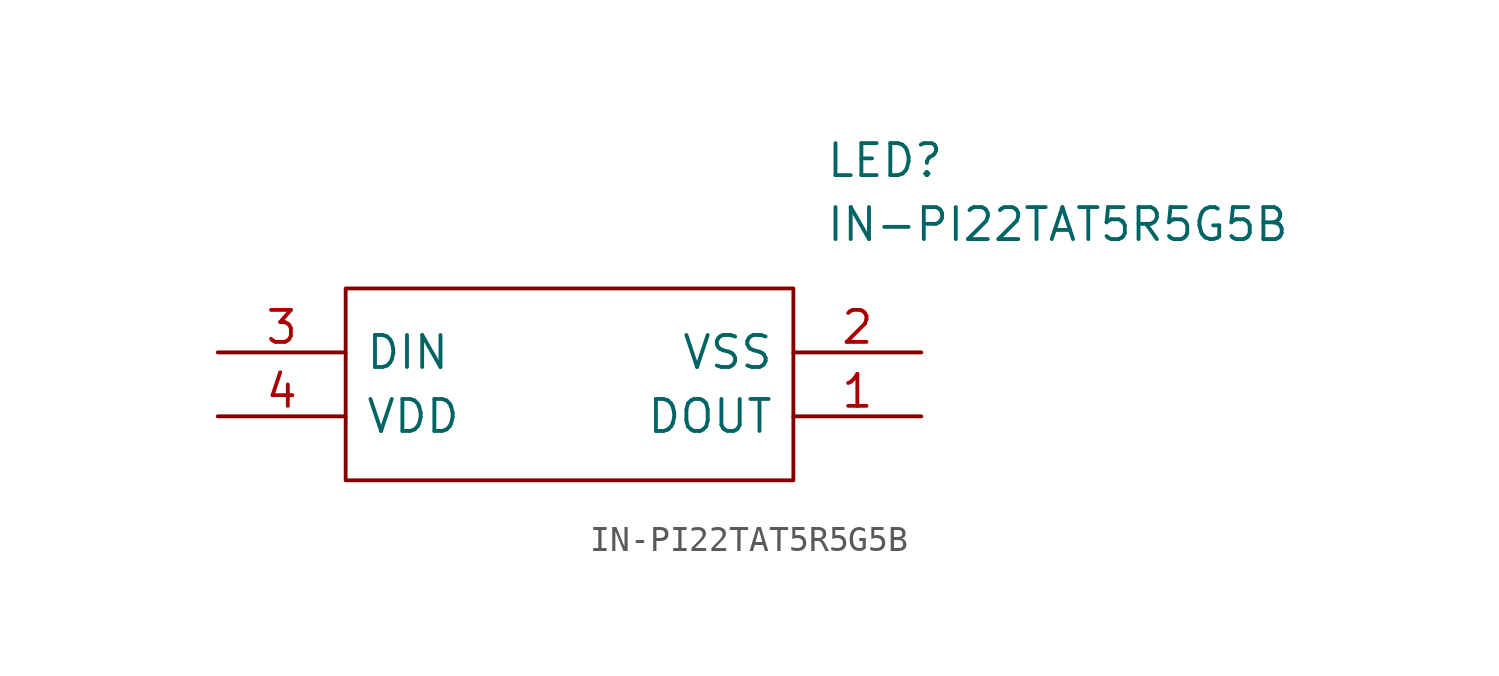
<source format=kicad_sym>
(kicad_symbol_lib
  (version 20211014)
  (generator kicad_symbol_editor)
  (symbol "IN-PI22TAT5R5G5B"
    (pin_names
      (offset 0.762))
    (property "Reference" "LED"
      (at 24.13 7.62 0)
      (effects (font (size 1.27 1.27)) (justify left)))
    (property "Value" "IN-PI22TAT5R5G5B"
      (at 24.13 5.08 0)
      (effects (font (size 1.27 1.27)) (justify left)))
    (symbol "IN-PI22TAT5R5G5B_0_0"
      (pin passive line (at 27.94 -2.54 180) (length 5.08) (name "DOUT" (effects (font (size 1.27 1.27)))) (number "1" (effects (font (size 1.27 1.27)))))
      (pin passive line (at 27.94 0 180) (length 5.08) (name "VSS" (effects (font (size 1.27 1.27)))) (number "2" (effects (font (size 1.27 1.27)))))
      (pin passive line (at 0 0 0) (length 5.08) (name "DIN" (effects (font (size 1.27 1.27)))) (number "3" (effects (font (size 1.27 1.27)))))
      (pin passive line (at 0 -2.54 0) (length 5.08) (name "VDD" (effects (font (size 1.27 1.27)))) (number "4" (effects (font (size 1.27 1.27))))))
    (symbol "IN-PI22TAT5R5G5B_0_1"
      (polyline (pts (xy 5.08 2.54) (xy 22.86 2.54) (xy 22.86 -5.08) (xy 5.08 -5.08) (xy 5.08 2.54)) (stroke (width 0.152) (type default) (color 0 0 0 0)) (fill (type none))))))
</source>
